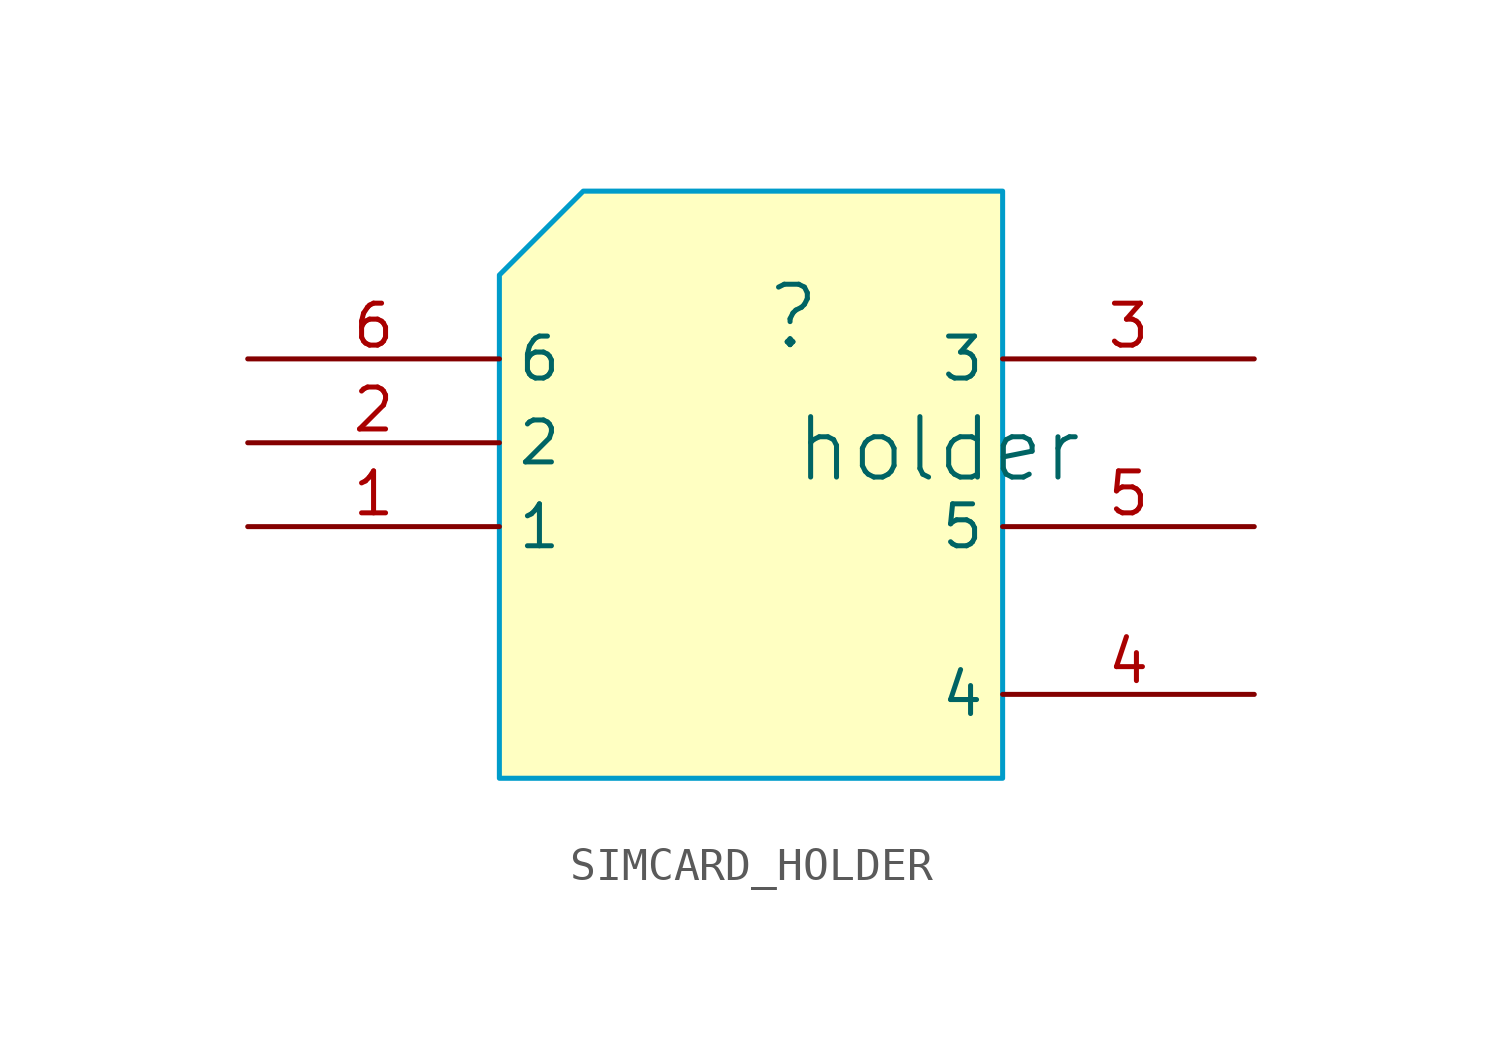
<source format=kicad_sym>
(kicad_symbol_lib
  (version 20241209)
  (generator "kicad_symbol_editor")
  (generator_version "9.0")
  (symbol "SIMCARD_HOLDER"
    (property "Reference" ""
      (at -1.27 1.27 0)
      (effects (font (size 1.829 1.829))))
    (property "Value" "holder"
      (at -1.27 -3.81 0)
      (effects (font (size 1.829 1.829)) (justify left bottom)))
    (symbol "SIMCARD_HOLDER_1_0"
      (polyline (pts (xy -10.16 2.54) (xy -7.62 5.08) (xy 5.08 5.08) (xy 5.08 -12.7) (xy -10.16 -12.7) (xy -10.16 2.54)) (stroke (width 0.025) (type solid)) (fill (type background)))
      (polyline (pts (xy -10.16 -12.7) (xy -10.16 2.54) (xy -7.62 5.08) (xy 5.08 5.08) (xy 5.08 -12.7) (xy -10.16 -12.7)) (stroke (width 0) (type solid) (color 0 156 202 1)) (fill (type none)))
      (pin passive line (at -17.78 0 0) (length 7.62) (name "6" (effects (font (size 1.27 1.27)))) (number "6" (effects (font (size 1.27 1.27)))))
      (pin passive line (at -17.78 -2.54 0) (length 7.62) (name "2" (effects (font (size 1.27 1.27)))) (number "2" (effects (font (size 1.27 1.27)))))
      (pin passive line (at -17.78 -5.08 0) (length 7.62) (name "1" (effects (font (size 1.27 1.27)))) (number "1" (effects (font (size 1.27 1.27)))))
      (pin passive line (at 12.7 0 180) (length 7.62) (name "3" (effects (font (size 1.27 1.27)))) (number "3" (effects (font (size 1.27 1.27)))))
      (pin passive line (at 12.7 -5.08 180) (length 7.62) (name "5" (effects (font (size 1.27 1.27)))) (number "5" (effects (font (size 1.27 1.27)))))
      (pin passive line (at 12.7 -10.16 180) (length 7.62) (name "4" (effects (font (size 1.27 1.27)))) (number "4" (effects (font (size 1.27 1.27))))))))
</source>
